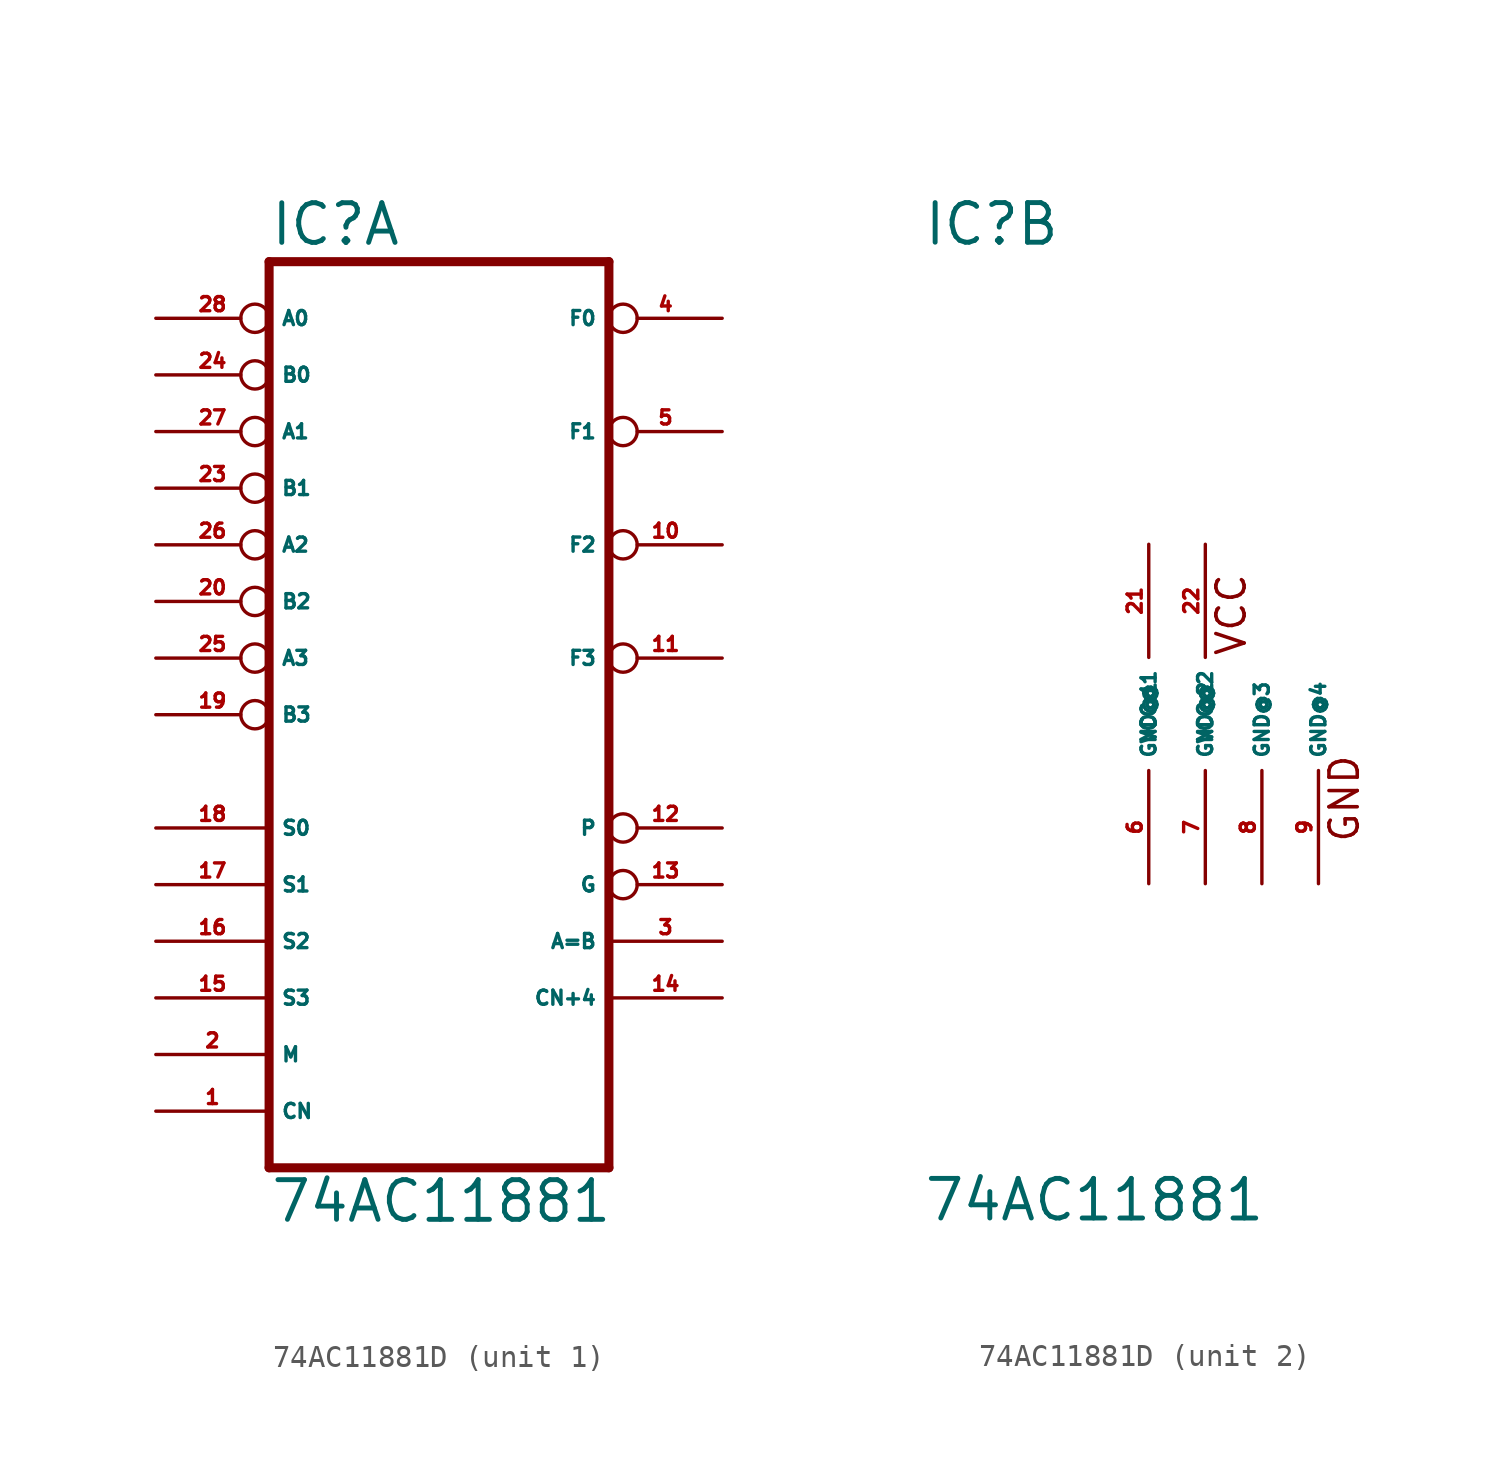
<source format=kicad_sym>
(kicad_symbol_lib
  (version 20220914)
  (generator Eagle2Kicad)
  (symbol "74AC11881D"
    (property "Reference" "IC"
      (at -10.16 20.955 0)
      (effects (font (size 1.778 1.778) (thickness 0.22)) (justify left bottom)))
    (property "Value" "74AC11881"
      (at -10.16 -22.86 0)
      (effects (font (size 1.778 1.778) (thickness 0.22)) (justify left bottom)))
    (symbol "74AC11881D_1_0"
      (polyline (pts (xy -10.16 -20.32) (xy 5.08 -20.32)) (stroke (width 0.406) (type default)) (fill (type none)))
      (polyline (pts (xy 5.08 20.32) (xy 5.08 -20.32)) (stroke (width 0.406) (type default)) (fill (type none)))
      (polyline (pts (xy 5.08 20.32) (xy -10.16 20.32)) (stroke (width 0.406) (type default)) (fill (type none)))
      (polyline (pts (xy -10.16 -20.32) (xy -10.16 20.32)) (stroke (width 0.406) (type default)) (fill (type none)))
      (pin input line (at -15.24 -5.08 0) (length 5.08) (name "S0" (effects (font (size 0.635 0.635) (thickness 0.08)) (justify left bottom))) (number "18" (effects (font (size 0.635 0.635) (thickness 0.08)) (justify left bottom))))
      (pin input line (at -15.24 -7.62 0) (length 5.08) (name "S1" (effects (font (size 0.635 0.635) (thickness 0.08)) (justify left bottom))) (number "17" (effects (font (size 0.635 0.635) (thickness 0.08)) (justify left bottom))))
      (pin input line (at -15.24 -10.16 0) (length 5.08) (name "S2" (effects (font (size 0.635 0.635) (thickness 0.08)) (justify left bottom))) (number "16" (effects (font (size 0.635 0.635) (thickness 0.08)) (justify left bottom))))
      (pin input line (at -15.24 -12.7 0) (length 5.08) (name "S3" (effects (font (size 0.635 0.635) (thickness 0.08)) (justify left bottom))) (number "15" (effects (font (size 0.635 0.635) (thickness 0.08)) (justify left bottom))))
      (pin input line (at -15.24 -15.24 0) (length 5.08) (name "M" (effects (font (size 0.635 0.635) (thickness 0.08)) (justify left bottom))) (number "2" (effects (font (size 0.635 0.635) (thickness 0.08)) (justify left bottom))))
      (pin input line (at -15.24 -17.78 0) (length 5.08) (name "CN" (effects (font (size 0.635 0.635) (thickness 0.08)) (justify left bottom))) (number "1" (effects (font (size 0.635 0.635) (thickness 0.08)) (justify left bottom))))
      (pin input inverted (at -15.24 17.78 0) (length 5.08) (name "A0" (effects (font (size 0.635 0.635) (thickness 0.08)) (justify left bottom))) (number "28" (effects (font (size 0.635 0.635) (thickness 0.08)) (justify left bottom))))
      (pin input inverted (at -15.24 15.24 0) (length 5.08) (name "B0" (effects (font (size 0.635 0.635) (thickness 0.08)) (justify left bottom))) (number "24" (effects (font (size 0.635 0.635) (thickness 0.08)) (justify left bottom))))
      (pin input inverted (at -15.24 12.7 0) (length 5.08) (name "A1" (effects (font (size 0.635 0.635) (thickness 0.08)) (justify left bottom))) (number "27" (effects (font (size 0.635 0.635) (thickness 0.08)) (justify left bottom))))
      (pin input inverted (at -15.24 10.16 0) (length 5.08) (name "B1" (effects (font (size 0.635 0.635) (thickness 0.08)) (justify left bottom))) (number "23" (effects (font (size 0.635 0.635) (thickness 0.08)) (justify left bottom))))
      (pin input inverted (at -15.24 7.62 0) (length 5.08) (name "A2" (effects (font (size 0.635 0.635) (thickness 0.08)) (justify left bottom))) (number "26" (effects (font (size 0.635 0.635) (thickness 0.08)) (justify left bottom))))
      (pin input inverted (at -15.24 5.08 0) (length 5.08) (name "B2" (effects (font (size 0.635 0.635) (thickness 0.08)) (justify left bottom))) (number "20" (effects (font (size 0.635 0.635) (thickness 0.08)) (justify left bottom))))
      (pin input inverted (at -15.24 2.54 0) (length 5.08) (name "A3" (effects (font (size 0.635 0.635) (thickness 0.08)) (justify left bottom))) (number "25" (effects (font (size 0.635 0.635) (thickness 0.08)) (justify left bottom))))
      (pin input inverted (at -15.24 0 0) (length 5.08) (name "B3" (effects (font (size 0.635 0.635) (thickness 0.08)) (justify left bottom))) (number "19" (effects (font (size 0.635 0.635) (thickness 0.08)) (justify left bottom))))
      (pin output inverted (at 10.16 -5.08 180) (length 5.08) (name "P" (effects (font (size 0.635 0.635) (thickness 0.08)) (justify left bottom))) (number "12" (effects (font (size 0.635 0.635) (thickness 0.08)) (justify left bottom))))
      (pin output inverted (at 10.16 -7.62 180) (length 5.08) (name "G" (effects (font (size 0.635 0.635) (thickness 0.08)) (justify left bottom))) (number "13" (effects (font (size 0.635 0.635) (thickness 0.08)) (justify left bottom))))
      (pin output line (at 10.16 -10.16 180) (length 5.08) (name "A=B" (effects (font (size 0.635 0.635) (thickness 0.08)) (justify left bottom))) (number "3" (effects (font (size 0.635 0.635) (thickness 0.08)) (justify left bottom))))
      (pin output line (at 10.16 -12.7 180) (length 5.08) (name "CN+4" (effects (font (size 0.635 0.635) (thickness 0.08)) (justify left bottom))) (number "14" (effects (font (size 0.635 0.635) (thickness 0.08)) (justify left bottom))))
      (pin output inverted (at 10.16 17.78 180) (length 5.08) (name "F0" (effects (font (size 0.635 0.635) (thickness 0.08)) (justify left bottom))) (number "4" (effects (font (size 0.635 0.635) (thickness 0.08)) (justify left bottom))))
      (pin output inverted (at 10.16 7.62 180) (length 5.08) (name "F2" (effects (font (size 0.635 0.635) (thickness 0.08)) (justify left bottom))) (number "10" (effects (font (size 0.635 0.635) (thickness 0.08)) (justify left bottom))))
      (pin output inverted (at 10.16 12.7 180) (length 5.08) (name "F1" (effects (font (size 0.635 0.635) (thickness 0.08)) (justify left bottom))) (number "5" (effects (font (size 0.635 0.635) (thickness 0.08)) (justify left bottom))))
      (pin output inverted (at 10.16 2.54 180) (length 5.08) (name "F3" (effects (font (size 0.635 0.635) (thickness 0.08)) (justify left bottom))) (number "11" (effects (font (size 0.635 0.635) (thickness 0.08)) (justify left bottom)))))
    (symbol "74AC11881D_2_0"
      (text "VCC" (at 4.445 2.54 900) (effects (font (size 1.27 1.27) (thickness 0.16)) (justify left bottom)))
      (text "GND" (at 9.525 -5.842 900) (effects (font (size 1.27 1.27) (thickness 0.16)) (justify left bottom)))
      (pin unspecified line (at 0 -7.62 90) (length 5.08) (name "GND@1" (effects (font (size 0.635 0.635) (thickness 0.08)) (justify left bottom))) (number "6" (effects (font (size 0.635 0.635) (thickness 0.08)) (justify left bottom))))
      (pin unspecified line (at 2.54 -7.62 90) (length 5.08) (name "GND@2" (effects (font (size 0.635 0.635) (thickness 0.08)) (justify left bottom))) (number "7" (effects (font (size 0.635 0.635) (thickness 0.08)) (justify left bottom))))
      (pin unspecified line (at 5.08 -7.62 90) (length 5.08) (name "GND@3" (effects (font (size 0.635 0.635) (thickness 0.08)) (justify left bottom))) (number "8" (effects (font (size 0.635 0.635) (thickness 0.08)) (justify left bottom))))
      (pin unspecified line (at 7.62 -7.62 90) (length 5.08) (name "GND@4" (effects (font (size 0.635 0.635) (thickness 0.08)) (justify left bottom))) (number "9" (effects (font (size 0.635 0.635) (thickness 0.08)) (justify left bottom))))
      (pin unspecified line (at 0 7.62 270) (length 5.08) (name "VCC@1" (effects (font (size 0.635 0.635) (thickness 0.08)) (justify left bottom))) (number "21" (effects (font (size 0.635 0.635) (thickness 0.08)) (justify left bottom))))
      (pin unspecified line (at 2.54 7.62 270) (length 5.08) (name "VCC@2" (effects (font (size 0.635 0.635) (thickness 0.08)) (justify left bottom))) (number "22" (effects (font (size 0.635 0.635) (thickness 0.08)) (justify left bottom)))))))
</source>
